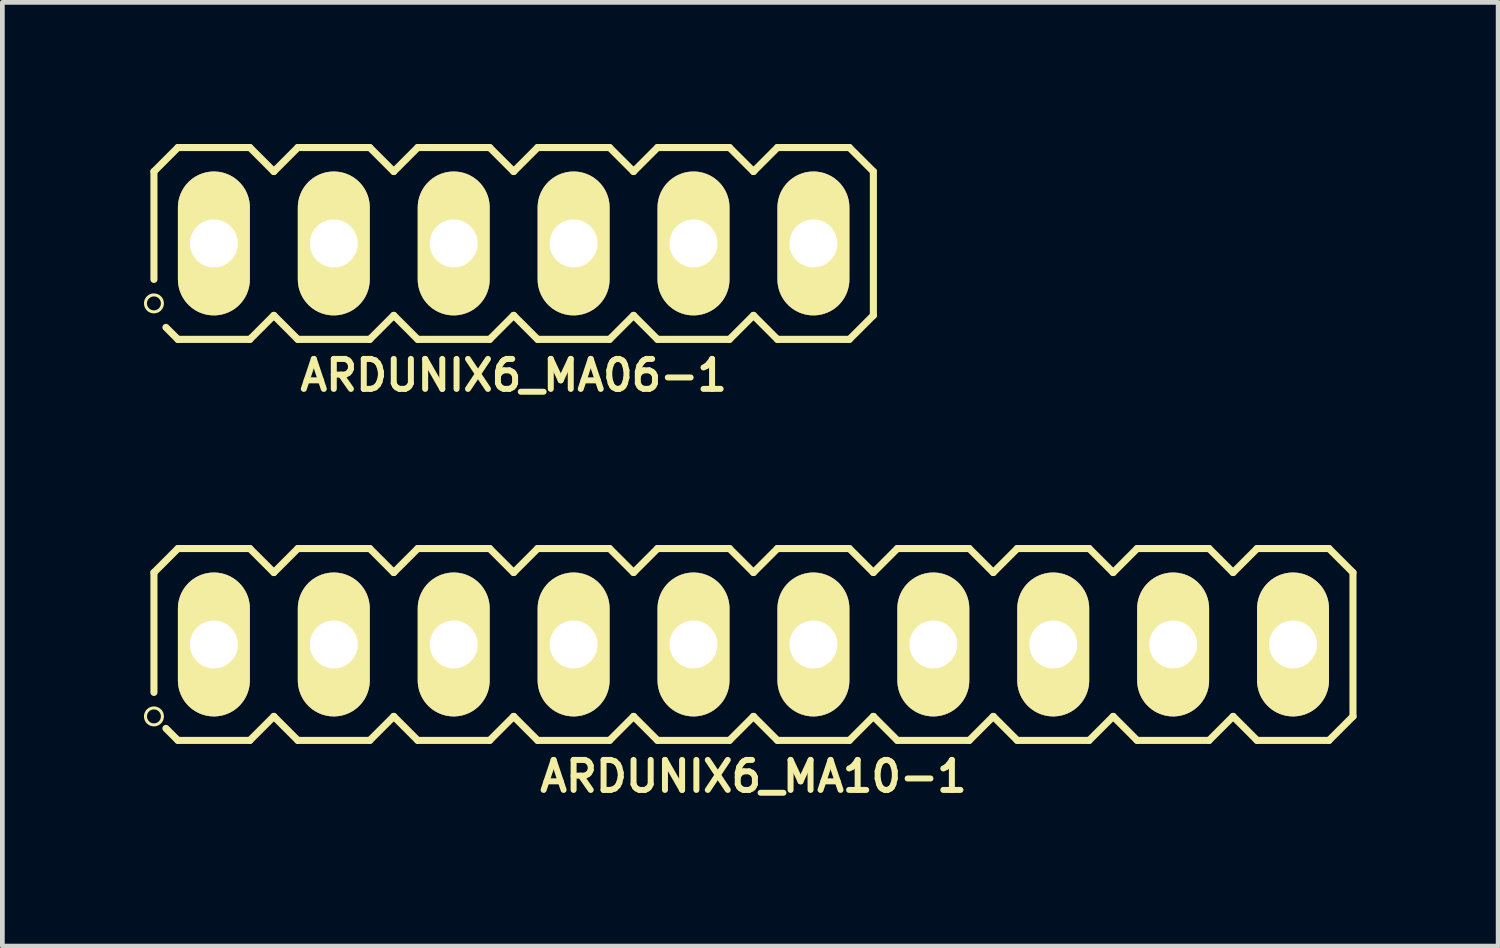
<source format=kicad_pcb>
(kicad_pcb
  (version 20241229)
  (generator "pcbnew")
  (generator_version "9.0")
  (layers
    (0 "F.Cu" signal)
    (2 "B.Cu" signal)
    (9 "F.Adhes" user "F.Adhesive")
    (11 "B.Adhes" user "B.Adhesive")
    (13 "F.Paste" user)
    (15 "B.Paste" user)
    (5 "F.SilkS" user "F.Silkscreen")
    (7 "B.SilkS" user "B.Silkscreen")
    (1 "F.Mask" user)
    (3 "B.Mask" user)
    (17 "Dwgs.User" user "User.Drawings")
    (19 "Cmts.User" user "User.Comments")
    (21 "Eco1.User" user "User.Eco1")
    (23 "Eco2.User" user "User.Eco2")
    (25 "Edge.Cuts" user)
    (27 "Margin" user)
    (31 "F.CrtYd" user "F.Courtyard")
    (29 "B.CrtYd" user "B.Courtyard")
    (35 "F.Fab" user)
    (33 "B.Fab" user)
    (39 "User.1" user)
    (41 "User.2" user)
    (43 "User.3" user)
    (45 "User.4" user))
  (footprint "ARDUNIX6_MA10-1"
    (layer "F.Cu")
    (at 12.911 10.602)
    (property "Reference" "ARDUNIX6_MA10-1" (at 0 2.794 0) (layer "F.SilkS") (effects (font (size 0.635 0.635) (thickness 0.127))))
    (attr exclude_from_pos_files exclude_from_bom)
    (fp_line (start -12.7 -1.524) (end -12.192 -2.032) (stroke (width 0.15) (type solid)) (layer "F.SilkS"))
    (fp_line (start -12.7 1.016) (end -12.7 -1.524) (stroke (width 0.15) (type solid)) (layer "F.SilkS"))
    (fp_line (start -12.192 -2.032) (end -10.668 -2.032) (stroke (width 0.15) (type solid)) (layer "F.SilkS"))
    (fp_line (start -12.192 2.032) (end -12.446 1.778) (stroke (width 0.15) (type solid)) (layer "F.SilkS"))
    (fp_line (start -11.684 -0.254) (end -11.176 -0.254) (stroke (width 0.066) (type solid)) (layer "F.SilkS"))
    (fp_line (start -11.684 0.254) (end -11.684 -0.254) (stroke (width 0.066) (type solid)) (layer "F.SilkS"))
    (fp_line (start -11.684 0.254) (end -11.176 0.254) (stroke (width 0.066) (type solid)) (layer "F.SilkS"))
    (fp_line (start -11.176 0.254) (end -11.176 -0.254) (stroke (width 0.066) (type solid)) (layer "F.SilkS"))
    (fp_line (start -10.668 -2.032) (end -10.16 -1.524) (stroke (width 0.15) (type solid)) (layer "F.SilkS"))
    (fp_line (start -10.668 2.032) (end -12.192 2.032) (stroke (width 0.15) (type solid)) (layer "F.SilkS"))
    (fp_line (start -10.16 -1.524) (end -9.652 -2.032) (stroke (width 0.15) (type solid)) (layer "F.SilkS"))
    (fp_line (start -10.16 1.524) (end -10.668 2.032) (stroke (width 0.15) (type solid)) (layer "F.SilkS"))
    (fp_line (start -9.652 -2.032) (end -8.128 -2.032) (stroke (width 0.15) (type solid)) (layer "F.SilkS"))
    (fp_line (start -9.652 2.032) (end -10.16 1.524) (stroke (width 0.15) (type solid)) (layer "F.SilkS"))
    (fp_line (start -9.144 -0.254) (end -8.636 -0.254) (stroke (width 0.066) (type solid)) (layer "F.SilkS"))
    (fp_line (start -9.144 0.254) (end -9.144 -0.254) (stroke (width 0.066) (type solid)) (layer "F.SilkS"))
    (fp_line (start -9.144 0.254) (end -8.636 0.254) (stroke (width 0.066) (type solid)) (layer "F.SilkS"))
    (fp_line (start -8.636 0.254) (end -8.636 -0.254) (stroke (width 0.066) (type solid)) (layer "F.SilkS"))
    (fp_line (start -8.128 -2.032) (end -7.62 -1.524) (stroke (width 0.15) (type solid)) (layer "F.SilkS"))
    (fp_line (start -8.128 2.032) (end -9.652 2.032) (stroke (width 0.15) (type solid)) (layer "F.SilkS"))
    (fp_line (start -7.62 -1.524) (end -7.112 -2.032) (stroke (width 0.15) (type solid)) (layer "F.SilkS"))
    (fp_line (start -7.62 1.524) (end -8.128 2.032) (stroke (width 0.15) (type solid)) (layer "F.SilkS"))
    (fp_line (start -7.112 -2.032) (end -5.588 -2.032) (stroke (width 0.15) (type solid)) (layer "F.SilkS"))
    (fp_line (start -7.112 2.032) (end -7.62 1.524) (stroke (width 0.15) (type solid)) (layer "F.SilkS"))
    (fp_line (start -6.604 -0.254) (end -6.096 -0.254) (stroke (width 0.066) (type solid)) (layer "F.SilkS"))
    (fp_line (start -6.604 0.254) (end -6.604 -0.254) (stroke (width 0.066) (type solid)) (layer "F.SilkS"))
    (fp_line (start -6.604 0.254) (end -6.096 0.254) (stroke (width 0.066) (type solid)) (layer "F.SilkS"))
    (fp_line (start -6.096 0.254) (end -6.096 -0.254) (stroke (width 0.066) (type solid)) (layer "F.SilkS"))
    (fp_line (start -5.588 -2.032) (end -5.08 -1.524) (stroke (width 0.15) (type solid)) (layer "F.SilkS"))
    (fp_line (start -5.588 2.032) (end -7.112 2.032) (stroke (width 0.15) (type solid)) (layer "F.SilkS"))
    (fp_line (start -5.08 -1.524) (end -4.572 -2.032) (stroke (width 0.15) (type solid)) (layer "F.SilkS"))
    (fp_line (start -5.08 1.524) (end -5.588 2.032) (stroke (width 0.15) (type solid)) (layer "F.SilkS"))
    (fp_line (start -4.572 -2.032) (end -3.048 -2.032) (stroke (width 0.15) (type solid)) (layer "F.SilkS"))
    (fp_line (start -4.572 2.032) (end -5.08 1.524) (stroke (width 0.15) (type solid)) (layer "F.SilkS"))
    (fp_line (start -4.064 -0.254) (end -3.556 -0.254) (stroke (width 0.066) (type solid)) (layer "F.SilkS"))
    (fp_line (start -4.064 0.254) (end -4.064 -0.254) (stroke (width 0.066) (type solid)) (layer "F.SilkS"))
    (fp_line (start -4.064 0.254) (end -3.556 0.254) (stroke (width 0.066) (type solid)) (layer "F.SilkS"))
    (fp_line (start -3.556 0.254) (end -3.556 -0.254) (stroke (width 0.066) (type solid)) (layer "F.SilkS"))
    (fp_line (start -3.048 -2.032) (end -2.54 -1.524) (stroke (width 0.15) (type solid)) (layer "F.SilkS"))
    (fp_line (start -3.048 2.032) (end -4.572 2.032) (stroke (width 0.15) (type solid)) (layer "F.SilkS"))
    (fp_line (start -2.54 -1.524) (end -2.032 -2.032) (stroke (width 0.15) (type solid)) (layer "F.SilkS"))
    (fp_line (start -2.54 1.524) (end -3.048 2.032) (stroke (width 0.15) (type solid)) (layer "F.SilkS"))
    (fp_line (start -2.032 -2.032) (end -0.508 -2.032) (stroke (width 0.15) (type solid)) (layer "F.SilkS"))
    (fp_line (start -2.032 2.032) (end -2.54 1.524) (stroke (width 0.15) (type solid)) (layer "F.SilkS"))
    (fp_line (start -1.524 -0.254) (end -1.016 -0.254) (stroke (width 0.066) (type solid)) (layer "F.SilkS"))
    (fp_line (start -1.524 0.254) (end -1.524 -0.254) (stroke (width 0.066) (type solid)) (layer "F.SilkS"))
    (fp_line (start -1.524 0.254) (end -1.016 0.254) (stroke (width 0.066) (type solid)) (layer "F.SilkS"))
    (fp_line (start -1.016 0.254) (end -1.016 -0.254) (stroke (width 0.066) (type solid)) (layer "F.SilkS"))
    (fp_line (start -0.508 -2.032) (end 0 -1.524) (stroke (width 0.15) (type solid)) (layer "F.SilkS"))
    (fp_line (start -0.508 2.032) (end -2.032 2.032) (stroke (width 0.15) (type solid)) (layer "F.SilkS"))
    (fp_line (start 0 -1.524) (end 0.508 -2.032) (stroke (width 0.15) (type solid)) (layer "F.SilkS"))
    (fp_line (start 0 1.524) (end -0.508 2.032) (stroke (width 0.15) (type solid)) (layer "F.SilkS"))
    (fp_line (start 0.508 -2.032) (end 2.032 -2.032) (stroke (width 0.15) (type solid)) (layer "F.SilkS"))
    (fp_line (start 0.508 2.032) (end 0 1.524) (stroke (width 0.15) (type solid)) (layer "F.SilkS"))
    (fp_line (start 1.016 -0.254) (end 1.524 -0.254) (stroke (width 0.066) (type solid)) (layer "F.SilkS"))
    (fp_line (start 1.016 0.254) (end 1.016 -0.254) (stroke (width 0.066) (type solid)) (layer "F.SilkS"))
    (fp_line (start 1.016 0.254) (end 1.524 0.254) (stroke (width 0.066) (type solid)) (layer "F.SilkS"))
    (fp_line (start 1.524 0.254) (end 1.524 -0.254) (stroke (width 0.066) (type solid)) (layer "F.SilkS"))
    (fp_line (start 2.032 -2.032) (end 2.54 -1.524) (stroke (width 0.15) (type solid)) (layer "F.SilkS"))
    (fp_line (start 2.032 2.032) (end 0.508 2.032) (stroke (width 0.15) (type solid)) (layer "F.SilkS"))
    (fp_line (start 2.54 -1.524) (end 3.048 -2.032) (stroke (width 0.15) (type solid)) (layer "F.SilkS"))
    (fp_line (start 2.54 1.524) (end 2.032 2.032) (stroke (width 0.15) (type solid)) (layer "F.SilkS"))
    (fp_line (start 3.048 -2.032) (end 4.572 -2.032) (stroke (width 0.15) (type solid)) (layer "F.SilkS"))
    (fp_line (start 3.048 2.032) (end 2.54 1.524) (stroke (width 0.15) (type solid)) (layer "F.SilkS"))
    (fp_line (start 3.556 -0.254) (end 4.064 -0.254) (stroke (width 0.066) (type solid)) (layer "F.SilkS"))
    (fp_line (start 3.556 0.254) (end 3.556 -0.254) (stroke (width 0.066) (type solid)) (layer "F.SilkS"))
    (fp_line (start 3.556 0.254) (end 4.064 0.254) (stroke (width 0.066) (type solid)) (layer "F.SilkS"))
    (fp_line (start 4.064 0.254) (end 4.064 -0.254) (stroke (width 0.066) (type solid)) (layer "F.SilkS"))
    (fp_line (start 4.572 -2.032) (end 5.08 -1.524) (stroke (width 0.15) (type solid)) (layer "F.SilkS"))
    (fp_line (start 4.572 2.032) (end 3.048 2.032) (stroke (width 0.15) (type solid)) (layer "F.SilkS"))
    (fp_line (start 5.08 -1.524) (end 5.588 -2.032) (stroke (width 0.15) (type solid)) (layer "F.SilkS"))
    (fp_line (start 5.08 1.524) (end 4.572 2.032) (stroke (width 0.15) (type solid)) (layer "F.SilkS"))
    (fp_line (start 5.588 -2.032) (end 7.112 -2.032) (stroke (width 0.15) (type solid)) (layer "F.SilkS"))
    (fp_line (start 5.588 2.032) (end 5.08 1.524) (stroke (width 0.15) (type solid)) (layer "F.SilkS"))
    (fp_line (start 6.096 -0.254) (end 6.604 -0.254) (stroke (width 0.066) (type solid)) (layer "F.SilkS"))
    (fp_line (start 6.096 0.254) (end 6.096 -0.254) (stroke (width 0.066) (type solid)) (layer "F.SilkS"))
    (fp_line (start 6.096 0.254) (end 6.604 0.254) (stroke (width 0.066) (type solid)) (layer "F.SilkS"))
    (fp_line (start 6.604 0.254) (end 6.604 -0.254) (stroke (width 0.066) (type solid)) (layer "F.SilkS"))
    (fp_line (start 7.112 -2.032) (end 7.62 -1.524) (stroke (width 0.15) (type solid)) (layer "F.SilkS"))
    (fp_line (start 7.112 2.032) (end 5.588 2.032) (stroke (width 0.15) (type solid)) (layer "F.SilkS"))
    (fp_line (start 7.62 -1.524) (end 8.128 -2.032) (stroke (width 0.15) (type solid)) (layer "F.SilkS"))
    (fp_line (start 7.62 1.524) (end 7.112 2.032) (stroke (width 0.15) (type solid)) (layer "F.SilkS"))
    (fp_line (start 8.128 -2.032) (end 9.652 -2.032) (stroke (width 0.15) (type solid)) (layer "F.SilkS"))
    (fp_line (start 8.128 2.032) (end 7.62 1.524) (stroke (width 0.15) (type solid)) (layer "F.SilkS"))
    (fp_line (start 8.636 -0.254) (end 9.144 -0.254) (stroke (width 0.066) (type solid)) (layer "F.SilkS"))
    (fp_line (start 8.636 0.254) (end 8.636 -0.254) (stroke (width 0.066) (type solid)) (layer "F.SilkS"))
    (fp_line (start 8.636 0.254) (end 9.144 0.254) (stroke (width 0.066) (type solid)) (layer "F.SilkS"))
    (fp_line (start 9.144 0.254) (end 9.144 -0.254) (stroke (width 0.066) (type solid)) (layer "F.SilkS"))
    (fp_line (start 9.652 -2.032) (end 10.16 -1.524) (stroke (width 0.15) (type solid)) (layer "F.SilkS"))
    (fp_line (start 9.652 2.032) (end 8.128 2.032) (stroke (width 0.15) (type solid)) (layer "F.SilkS"))
    (fp_line (start 10.16 -1.524) (end 10.668 -2.032) (stroke (width 0.15) (type solid)) (layer "F.SilkS"))
    (fp_line (start 10.16 1.524) (end 9.652 2.032) (stroke (width 0.15) (type solid)) (layer "F.SilkS"))
    (fp_line (start 10.668 -2.032) (end 12.192 -2.032) (stroke (width 0.15) (type solid)) (layer "F.SilkS"))
    (fp_line (start 10.668 2.032) (end 10.16 1.524) (stroke (width 0.15) (type solid)) (layer "F.SilkS"))
    (fp_line (start 11.176 -0.254) (end 11.684 -0.254) (stroke (width 0.066) (type solid)) (layer "F.SilkS"))
    (fp_line (start 11.176 0.254) (end 11.176 -0.254) (stroke (width 0.066) (type solid)) (layer "F.SilkS"))
    (fp_line (start 11.176 0.254) (end 11.684 0.254) (stroke (width 0.066) (type solid)) (layer "F.SilkS"))
    (fp_line (start 11.684 0.254) (end 11.684 -0.254) (stroke (width 0.066) (type solid)) (layer "F.SilkS"))
    (fp_line (start 12.192 -2.032) (end 12.7 -1.524) (stroke (width 0.15) (type solid)) (layer "F.SilkS"))
    (fp_line (start 12.192 2.032) (end 10.668 2.032) (stroke (width 0.15) (type solid)) (layer "F.SilkS"))
    (fp_line (start 12.7 -1.524) (end 12.7 1.524) (stroke (width 0.15) (type solid)) (layer "F.SilkS"))
    (fp_line (start 12.7 1.524) (end 12.192 2.032) (stroke (width 0.15) (type solid)) (layer "F.SilkS"))
    (fp_circle (center -12.7 1.524) (end -12.827 1.651) (stroke (width 0.064) (type solid)) (fill no) (layer "F.SilkS"))
    (pad "1" thru_hole oval (at -11.43 0 180) (size 1.524 3.048) (drill 1.016) (layers "*.Cu" "F.Mask" "F.SilkS" "F.Paste"))
    (pad "2" thru_hole oval (at -8.89 0 180) (size 1.524 3.048) (drill 1.016) (layers "*.Cu" "F.Mask" "F.SilkS" "F.Paste"))
    (pad "3" thru_hole oval (at -6.35 0 180) (size 1.524 3.048) (drill 1.016) (layers "*.Cu" "F.Mask" "F.SilkS" "F.Paste"))
    (pad "4" thru_hole oval (at -3.81 0 180) (size 1.524 3.048) (drill 1.016) (layers "*.Cu" "F.Mask" "F.SilkS" "F.Paste"))
    (pad "5" thru_hole oval (at -1.27 0 180) (size 1.524 3.048) (drill 1.016) (layers "*.Cu" "F.Mask" "F.SilkS" "F.Paste"))
    (pad "6" thru_hole oval (at 1.27 0 180) (size 1.524 3.048) (drill 1.016) (layers "*.Cu" "F.Mask" "F.SilkS" "F.Paste"))
    (pad "7" thru_hole oval (at 3.81 0 180) (size 1.524 3.048) (drill 1.016) (layers "*.Cu" "F.Mask" "F.SilkS" "F.Paste"))
    (pad "8" thru_hole oval (at 6.35 0 180) (size 1.524 3.048) (drill 1.016) (layers "*.Cu" "F.Mask" "F.SilkS" "F.Paste"))
    (pad "9" thru_hole oval (at 8.89 0 180) (size 1.524 3.048) (drill 1.016) (layers "*.Cu" "F.Mask" "F.SilkS" "F.Paste"))
    (pad "10" thru_hole oval (at 11.43 0 180) (size 1.524 3.048) (drill 1.016) (layers "*.Cu" "F.Mask" "F.SilkS" "F.Paste")))
  (footprint "ARDUNIX6_MA06-1"
    (layer "F.Cu")
    (at 7.831 2.107)
    (property "Reference" "ARDUNIX6_MA06-1" (at 0 2.794 0) (layer "F.SilkS") (effects (font (size 0.635 0.635) (thickness 0.127))))
    (attr exclude_from_pos_files exclude_from_bom)
    (fp_line (start -7.62 -1.524) (end -7.62 0.762) (stroke (width 0.15) (type solid)) (layer "F.SilkS"))
    (fp_line (start -7.112 -2.032) (end -7.62 -1.524) (stroke (width 0.15) (type solid)) (layer "F.SilkS"))
    (fp_line (start -7.112 2.032) (end -7.366 1.778) (stroke (width 0.15) (type solid)) (layer "F.SilkS"))
    (fp_line (start -6.604 -0.254) (end -6.096 -0.254) (stroke (width 0.066) (type solid)) (layer "F.SilkS"))
    (fp_line (start -6.604 0.254) (end -6.604 -0.254) (stroke (width 0.066) (type solid)) (layer "F.SilkS"))
    (fp_line (start -6.604 0.254) (end -6.096 0.254) (stroke (width 0.066) (type solid)) (layer "F.SilkS"))
    (fp_line (start -6.096 0.254) (end -6.096 -0.254) (stroke (width 0.066) (type solid)) (layer "F.SilkS"))
    (fp_line (start -5.588 -2.032) (end -7.112 -2.032) (stroke (width 0.15) (type solid)) (layer "F.SilkS"))
    (fp_line (start -5.588 -2.032) (end -5.08 -1.524) (stroke (width 0.15) (type solid)) (layer "F.SilkS"))
    (fp_line (start -5.588 2.032) (end -7.112 2.032) (stroke (width 0.15) (type solid)) (layer "F.SilkS"))
    (fp_line (start -5.08 -1.524) (end -4.572 -2.032) (stroke (width 0.15) (type solid)) (layer "F.SilkS"))
    (fp_line (start -5.08 1.524) (end -5.588 2.032) (stroke (width 0.15) (type solid)) (layer "F.SilkS"))
    (fp_line (start -4.572 -2.032) (end -3.048 -2.032) (stroke (width 0.15) (type solid)) (layer "F.SilkS"))
    (fp_line (start -4.572 2.032) (end -5.08 1.524) (stroke (width 0.15) (type solid)) (layer "F.SilkS"))
    (fp_line (start -4.064 -0.254) (end -3.556 -0.254) (stroke (width 0.066) (type solid)) (layer "F.SilkS"))
    (fp_line (start -4.064 0.254) (end -4.064 -0.254) (stroke (width 0.066) (type solid)) (layer "F.SilkS"))
    (fp_line (start -4.064 0.254) (end -3.556 0.254) (stroke (width 0.066) (type solid)) (layer "F.SilkS"))
    (fp_line (start -3.556 0.254) (end -3.556 -0.254) (stroke (width 0.066) (type solid)) (layer "F.SilkS"))
    (fp_line (start -3.048 -2.032) (end -2.54 -1.524) (stroke (width 0.15) (type solid)) (layer "F.SilkS"))
    (fp_line (start -3.048 2.032) (end -4.572 2.032) (stroke (width 0.15) (type solid)) (layer "F.SilkS"))
    (fp_line (start -2.54 -1.524) (end -2.032 -2.032) (stroke (width 0.15) (type solid)) (layer "F.SilkS"))
    (fp_line (start -2.54 1.524) (end -3.048 2.032) (stroke (width 0.15) (type solid)) (layer "F.SilkS"))
    (fp_line (start -2.032 -2.032) (end -0.508 -2.032) (stroke (width 0.15) (type solid)) (layer "F.SilkS"))
    (fp_line (start -2.032 2.032) (end -2.54 1.524) (stroke (width 0.15) (type solid)) (layer "F.SilkS"))
    (fp_line (start -1.524 -0.254) (end -1.016 -0.254) (stroke (width 0.066) (type solid)) (layer "F.SilkS"))
    (fp_line (start -1.524 0.254) (end -1.524 -0.254) (stroke (width 0.066) (type solid)) (layer "F.SilkS"))
    (fp_line (start -1.524 0.254) (end -1.016 0.254) (stroke (width 0.066) (type solid)) (layer "F.SilkS"))
    (fp_line (start -1.016 0.254) (end -1.016 -0.254) (stroke (width 0.066) (type solid)) (layer "F.SilkS"))
    (fp_line (start -0.508 -2.032) (end 0 -1.524) (stroke (width 0.15) (type solid)) (layer "F.SilkS"))
    (fp_line (start -0.508 2.032) (end -2.032 2.032) (stroke (width 0.15) (type solid)) (layer "F.SilkS"))
    (fp_line (start 0 -1.524) (end 0.508 -2.032) (stroke (width 0.15) (type solid)) (layer "F.SilkS"))
    (fp_line (start 0 1.524) (end -0.508 2.032) (stroke (width 0.15) (type solid)) (layer "F.SilkS"))
    (fp_line (start 0.508 -2.032) (end 2.032 -2.032) (stroke (width 0.15) (type solid)) (layer "F.SilkS"))
    (fp_line (start 0.508 2.032) (end 0 1.524) (stroke (width 0.15) (type solid)) (layer "F.SilkS"))
    (fp_line (start 1.016 -0.254) (end 1.524 -0.254) (stroke (width 0.066) (type solid)) (layer "F.SilkS"))
    (fp_line (start 1.016 0.254) (end 1.016 -0.254) (stroke (width 0.066) (type solid)) (layer "F.SilkS"))
    (fp_line (start 1.016 0.254) (end 1.524 0.254) (stroke (width 0.066) (type solid)) (layer "F.SilkS"))
    (fp_line (start 1.524 0.254) (end 1.524 -0.254) (stroke (width 0.066) (type solid)) (layer "F.SilkS"))
    (fp_line (start 2.032 -2.032) (end 2.54 -1.524) (stroke (width 0.15) (type solid)) (layer "F.SilkS"))
    (fp_line (start 2.032 2.032) (end 0.508 2.032) (stroke (width 0.15) (type solid)) (layer "F.SilkS"))
    (fp_line (start 2.54 -1.524) (end 3.048 -2.032) (stroke (width 0.15) (type solid)) (layer "F.SilkS"))
    (fp_line (start 2.54 1.524) (end 2.032 2.032) (stroke (width 0.15) (type solid)) (layer "F.SilkS"))
    (fp_line (start 3.048 -2.032) (end 4.572 -2.032) (stroke (width 0.15) (type solid)) (layer "F.SilkS"))
    (fp_line (start 3.048 2.032) (end 2.54 1.524) (stroke (width 0.15) (type solid)) (layer "F.SilkS"))
    (fp_line (start 3.556 -0.254) (end 4.064 -0.254) (stroke (width 0.066) (type solid)) (layer "F.SilkS"))
    (fp_line (start 3.556 0.254) (end 3.556 -0.254) (stroke (width 0.066) (type solid)) (layer "F.SilkS"))
    (fp_line (start 3.556 0.254) (end 4.064 0.254) (stroke (width 0.066) (type solid)) (layer "F.SilkS"))
    (fp_line (start 4.064 0.254) (end 4.064 -0.254) (stroke (width 0.066) (type solid)) (layer "F.SilkS"))
    (fp_line (start 4.572 -2.032) (end 5.08 -1.524) (stroke (width 0.15) (type solid)) (layer "F.SilkS"))
    (fp_line (start 4.572 2.032) (end 3.048 2.032) (stroke (width 0.15) (type solid)) (layer "F.SilkS"))
    (fp_line (start 5.08 -1.524) (end 5.588 -2.032) (stroke (width 0.15) (type solid)) (layer "F.SilkS"))
    (fp_line (start 5.08 1.524) (end 4.572 2.032) (stroke (width 0.15) (type solid)) (layer "F.SilkS"))
    (fp_line (start 5.588 -2.032) (end 7.112 -2.032) (stroke (width 0.15) (type solid)) (layer "F.SilkS"))
    (fp_line (start 5.588 2.032) (end 5.08 1.524) (stroke (width 0.15) (type solid)) (layer "F.SilkS"))
    (fp_line (start 6.096 -0.254) (end 6.604 -0.254) (stroke (width 0.066) (type solid)) (layer "F.SilkS"))
    (fp_line (start 6.096 0.254) (end 6.096 -0.254) (stroke (width 0.066) (type solid)) (layer "F.SilkS"))
    (fp_line (start 6.096 0.254) (end 6.604 0.254) (stroke (width 0.066) (type solid)) (layer "F.SilkS"))
    (fp_line (start 6.604 0.254) (end 6.604 -0.254) (stroke (width 0.066) (type solid)) (layer "F.SilkS"))
    (fp_line (start 7.112 -2.032) (end 7.62 -1.524) (stroke (width 0.15) (type solid)) (layer "F.SilkS"))
    (fp_line (start 7.112 2.032) (end 5.588 2.032) (stroke (width 0.15) (type solid)) (layer "F.SilkS"))
    (fp_line (start 7.62 -1.524) (end 7.62 1.524) (stroke (width 0.15) (type solid)) (layer "F.SilkS"))
    (fp_line (start 7.62 1.524) (end 7.112 2.032) (stroke (width 0.15) (type solid)) (layer "F.SilkS"))
    (fp_circle (center -7.62 1.27) (end -7.747 1.397) (stroke (width 0.064) (type solid)) (fill no) (layer "F.SilkS"))
    (pad "1" thru_hole oval (at -6.35 0 180) (size 1.524 3.048) (drill 1.016) (layers "*.Cu" "F.Mask" "F.SilkS" "F.Paste"))
    (pad "2" thru_hole oval (at -3.81 0 180) (size 1.524 3.048) (drill 1.016) (layers "*.Cu" "F.Mask" "F.SilkS" "F.Paste"))
    (pad "3" thru_hole oval (at -1.27 0 180) (size 1.524 3.048) (drill 1.016) (layers "*.Cu" "F.Mask" "F.SilkS" "F.Paste"))
    (pad "4" thru_hole oval (at 1.27 0 180) (size 1.524 3.048) (drill 1.016) (layers "*.Cu" "F.Mask" "F.SilkS" "F.Paste"))
    (pad "5" thru_hole oval (at 3.81 0 180) (size 1.524 3.048) (drill 1.016) (layers "*.Cu" "F.Mask" "F.SilkS" "F.Paste"))
    (pad "6" thru_hole oval (at 6.35 0 180) (size 1.524 3.048) (drill 1.016) (layers "*.Cu" "F.Mask" "F.SilkS" "F.Paste")))
  (gr_rect
    (start -3 -3)
    (end 28.686 16.991)
    (stroke (width 0.1) (type default))
    (fill no)
    (layer "Edge.Cuts")))
</source>
